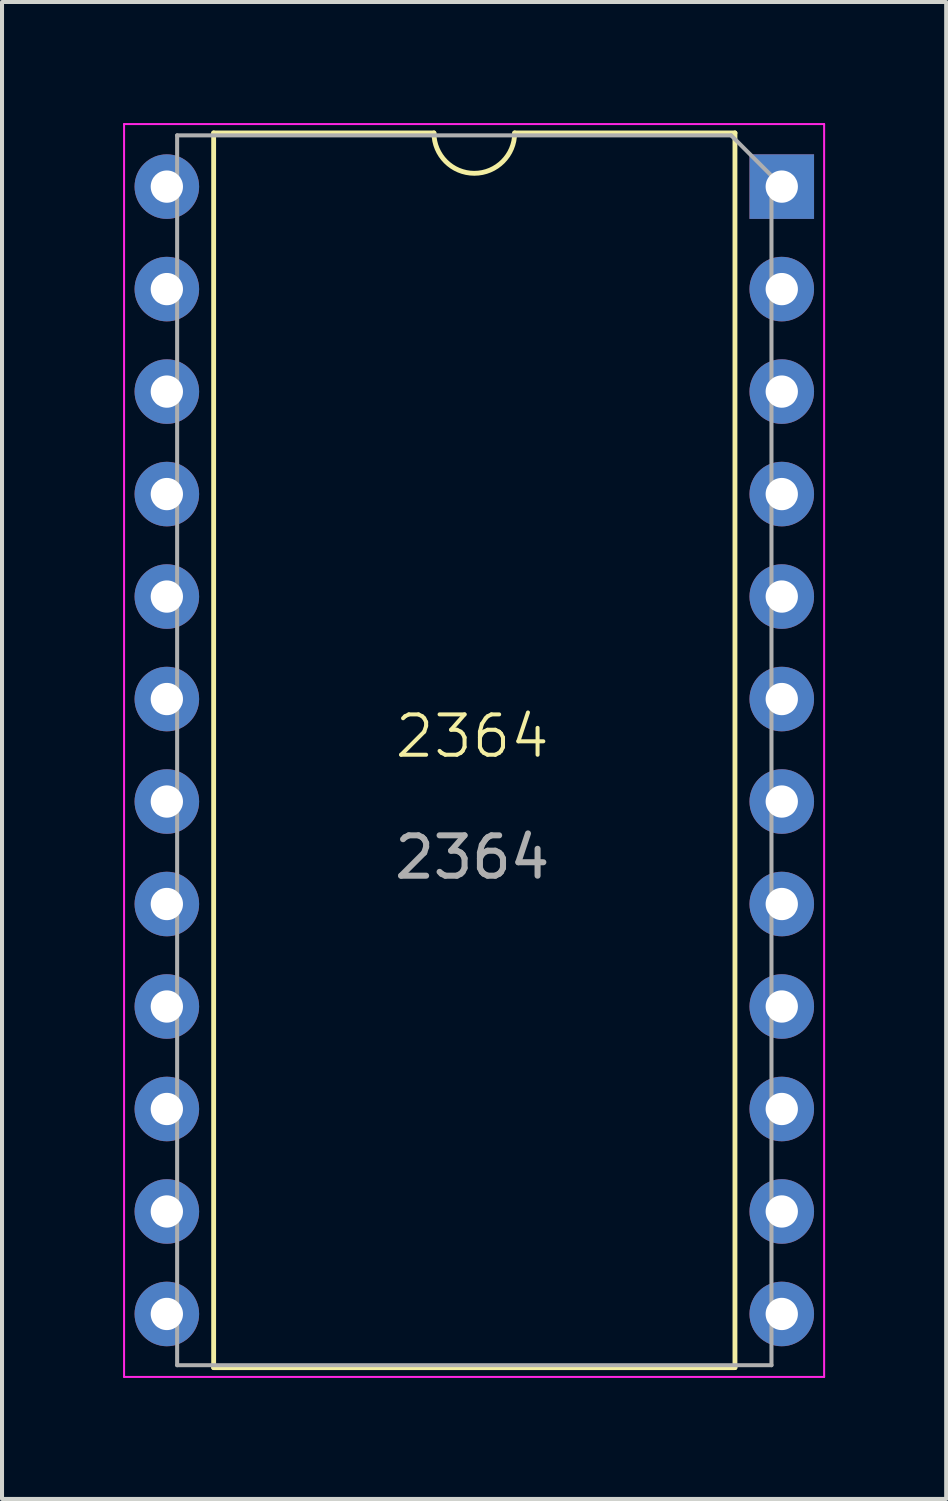
<source format=kicad_pcb>
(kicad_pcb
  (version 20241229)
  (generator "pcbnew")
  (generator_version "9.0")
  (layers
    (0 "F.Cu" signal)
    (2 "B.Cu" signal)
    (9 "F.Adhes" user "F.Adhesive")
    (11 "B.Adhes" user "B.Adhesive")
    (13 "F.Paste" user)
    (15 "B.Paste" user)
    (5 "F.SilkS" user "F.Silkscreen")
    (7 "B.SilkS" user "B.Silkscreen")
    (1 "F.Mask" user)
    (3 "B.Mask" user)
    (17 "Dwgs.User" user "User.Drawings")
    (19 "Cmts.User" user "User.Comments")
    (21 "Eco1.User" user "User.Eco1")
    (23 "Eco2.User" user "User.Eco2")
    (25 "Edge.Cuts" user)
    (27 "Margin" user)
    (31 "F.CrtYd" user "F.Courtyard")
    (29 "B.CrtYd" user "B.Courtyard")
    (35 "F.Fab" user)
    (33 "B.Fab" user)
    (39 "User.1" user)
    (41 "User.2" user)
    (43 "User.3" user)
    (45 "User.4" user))
  (footprint "2364"
    (layer "F.Cu")
    (at 8.705 15.596)
    (property "Reference" "2364" (at -0.051 -0.398 0) (unlocked yes) (layer "F.SilkS") (effects (font (size 1 1) (thickness 0.1))))
    (attr through_hole)
    (fp_line (start -6.46 -15.351) (end -1 -15.351) (stroke (width 0.12) (type solid)) (layer "F.SilkS"))
    (fp_line (start -6.46 15.249) (end -6.46 -15.351) (stroke (width 0.12) (type solid)) (layer "F.SilkS"))
    (fp_line (start 1 -15.351) (end 6.46 -15.351) (stroke (width 0.12) (type solid)) (layer "F.SilkS"))
    (fp_line (start 6.46 -15.351) (end 6.46 15.249) (stroke (width 0.12) (type solid)) (layer "F.SilkS"))
    (fp_line (start 6.46 15.249) (end -6.46 15.249) (stroke (width 0.12) (type solid)) (layer "F.SilkS"))
    (fp_arc (start 1 -15.3508) (mid 0 -14.3508) (end -1 -15.3508) (stroke (width 0.12) (type solid)) (layer "F.SilkS"))
    (fp_line (start -8.68 -15.571) (end 8.67 -15.571) (stroke (width 0.05) (type solid)) (layer "F.CrtYd"))
    (fp_line (start -8.68 15.479) (end -8.68 -15.571) (stroke (width 0.05) (type solid)) (layer "F.CrtYd"))
    (fp_line (start 8.67 -15.571) (end 8.67 15.479) (stroke (width 0.05) (type solid)) (layer "F.CrtYd"))
    (fp_line (start 8.67 15.479) (end -8.68 15.479) (stroke (width 0.05) (type solid)) (layer "F.CrtYd"))
    (fp_line (start -7.365 -15.291) (end -7.365 15.189) (stroke (width 0.1) (type solid)) (layer "F.Fab"))
    (fp_line (start -7.365 15.189) (end 7.365 15.189) (stroke (width 0.1) (type solid)) (layer "F.Fab"))
    (fp_line (start 6.365 -15.291) (end -7.365 -15.291) (stroke (width 0.1) (type solid)) (layer "F.Fab"))
    (fp_line (start 7.365 -14.291) (end 6.365 -15.291) (stroke (width 0.1) (type solid)) (layer "F.Fab"))
    (fp_line (start 7.365 15.189) (end 7.365 -14.291) (stroke (width 0.1) (type solid)) (layer "F.Fab"))
    (fp_text user "${REFERENCE}" (at -0.051 2.602 0) (unlocked yes) (layer "F.Fab") (effects (font (size 1 1) (thickness 0.15))))
    (pad "1" thru_hole rect (at 7.62 -14.021) (size 1.6 1.6) (drill 0.8) (layers "*.Cu" "*.Mask"))
    (pad "2" thru_hole oval (at 7.62 -11.481) (size 1.6 1.6) (drill 0.8) (layers "*.Cu" "*.Mask"))
    (pad "3" thru_hole oval (at 7.62 -8.941) (size 1.6 1.6) (drill 0.8) (layers "*.Cu" "*.Mask"))
    (pad "4" thru_hole oval (at 7.62 -6.401) (size 1.6 1.6) (drill 0.8) (layers "*.Cu" "*.Mask"))
    (pad "5" thru_hole oval (at 7.62 -3.861) (size 1.6 1.6) (drill 0.8) (layers "*.Cu" "*.Mask"))
    (pad "6" thru_hole oval (at 7.62 -1.321) (size 1.6 1.6) (drill 0.8) (layers "*.Cu" "*.Mask"))
    (pad "7" thru_hole oval (at 7.62 1.219) (size 1.6 1.6) (drill 0.8) (layers "*.Cu" "*.Mask"))
    (pad "8" thru_hole oval (at 7.62 3.759) (size 1.6 1.6) (drill 0.8) (layers "*.Cu" "*.Mask"))
    (pad "9" thru_hole oval (at 7.62 6.299) (size 1.6 1.6) (drill 0.8) (layers "*.Cu" "*.Mask"))
    (pad "10" thru_hole oval (at 7.62 8.839) (size 1.6 1.6) (drill 0.8) (layers "*.Cu" "*.Mask"))
    (pad "11" thru_hole oval (at 7.62 11.379) (size 1.6 1.6) (drill 0.8) (layers "*.Cu" "*.Mask"))
    (pad "12" thru_hole oval (at 7.62 13.919) (size 1.6 1.6) (drill 0.8) (layers "*.Cu" "*.Mask"))
    (pad "13" thru_hole oval (at -7.62 13.919) (size 1.6 1.6) (drill 0.8) (layers "*.Cu" "*.Mask"))
    (pad "14" thru_hole oval (at -7.62 11.379) (size 1.6 1.6) (drill 0.8) (layers "*.Cu" "*.Mask"))
    (pad "15" thru_hole oval (at -7.62 8.839) (size 1.6 1.6) (drill 0.8) (layers "*.Cu" "*.Mask"))
    (pad "16" thru_hole oval (at -7.62 6.299) (size 1.6 1.6) (drill 0.8) (layers "*.Cu" "*.Mask"))
    (pad "17" thru_hole oval (at -7.62 3.759) (size 1.6 1.6) (drill 0.8) (layers "*.Cu" "*.Mask"))
    (pad "18" thru_hole oval (at -7.62 1.219) (size 1.6 1.6) (drill 0.8) (layers "*.Cu" "*.Mask"))
    (pad "19" thru_hole oval (at -7.62 -1.321) (size 1.6 1.6) (drill 0.8) (layers "*.Cu" "*.Mask"))
    (pad "20" thru_hole oval (at -7.62 -3.861) (size 1.6 1.6) (drill 0.8) (layers "*.Cu" "*.Mask"))
    (pad "21" thru_hole oval (at -7.62 -6.401) (size 1.6 1.6) (drill 0.8) (layers "*.Cu" "*.Mask"))
    (pad "22" thru_hole oval (at -7.62 -8.941) (size 1.6 1.6) (drill 0.8) (layers "*.Cu" "*.Mask"))
    (pad "23" thru_hole oval (at -7.62 -11.481) (size 1.6 1.6) (drill 0.8) (layers "*.Cu" "*.Mask"))
    (pad "24" thru_hole oval (at -7.62 -14.021) (size 1.6 1.6) (drill 0.8) (layers "*.Cu" "*.Mask")))
  (gr_rect
    (start -3 -3)
    (end 20.4 34.1)
    (stroke (width 0.1) (type default))
    (fill no)
    (layer "Edge.Cuts")))
</source>
